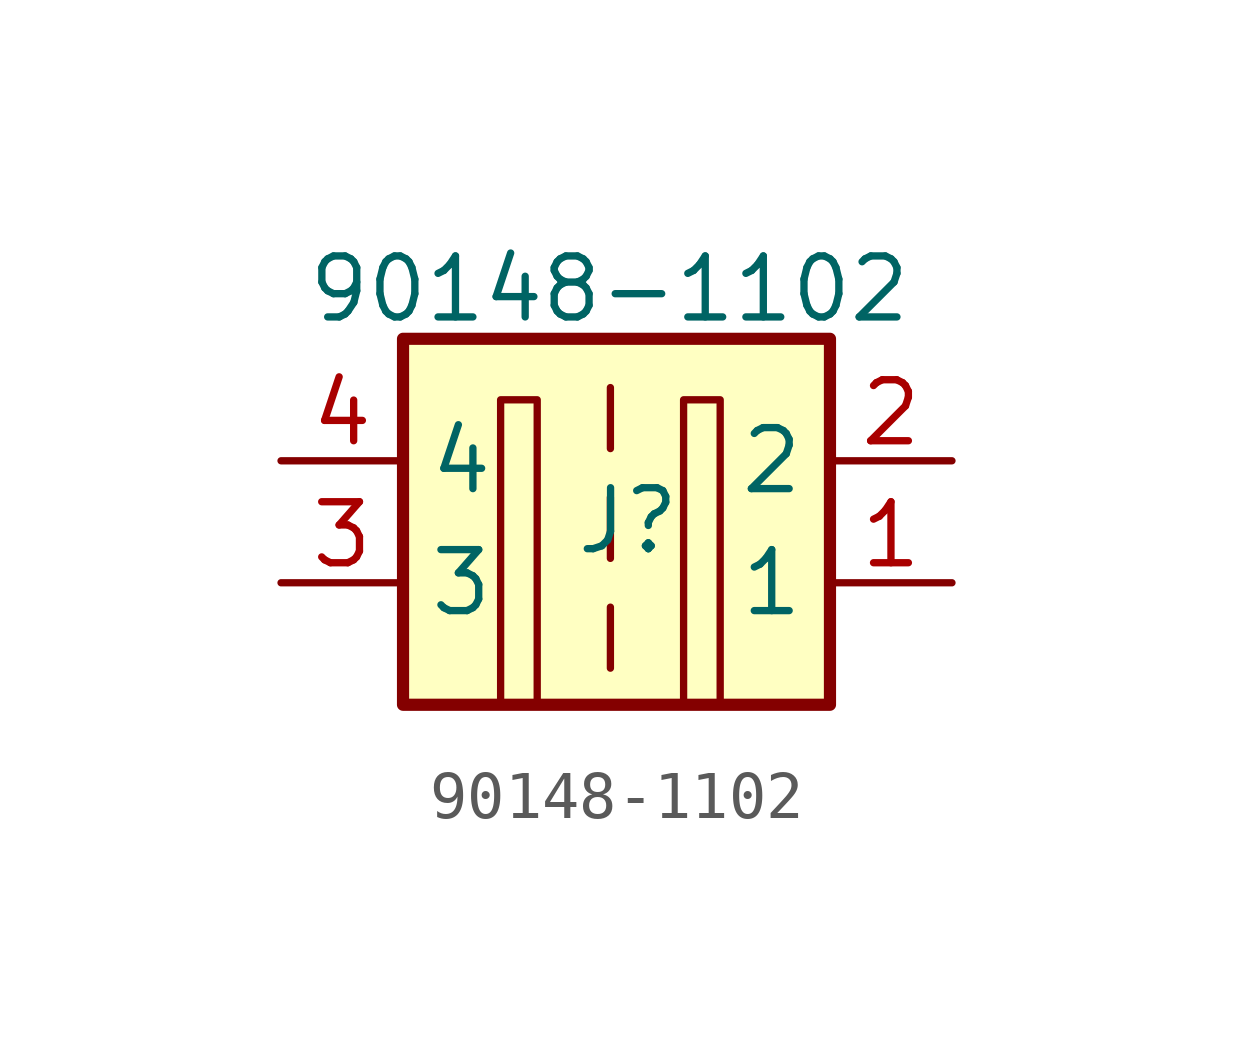
<source format=kicad_sym>
(kicad_symbol_lib
  (version 20220914)
  (generator kicad_symbol_editor)
  (symbol "90148-1102"
    (property "Reference" "J"
      (at 8.636 -0.508 0)
      (effects (font (size 1.27 1.27)) (justify left top)))
    (property "Value" "90148-1102"
      (at 3.048 4.318 0)
      (effects (font (size 1.27 1.27)) (justify left top)))
    (symbol "90148-1102_0_1"
      (polyline (pts (xy 9.398 -4.318) (xy 9.398 -3.048)) (stroke (width 0) (type default)) (fill (type none)))
      (polyline (pts (xy 9.398 -2.032) (xy 9.398 -0.762)) (stroke (width 0) (type default)) (fill (type none)))
      (polyline (pts (xy 9.398 0.254) (xy 9.398 1.524)) (stroke (width 0) (type default)) (fill (type none)))
      (polyline (pts (xy 7.112 -5.08) (xy 7.112 1.27) (xy 7.874 1.27) (xy 7.874 -5.08)) (stroke (width 0) (type default)) (fill (type none)))
      (polyline (pts (xy 11.684 -5.08) (xy 11.684 1.27) (xy 10.922 1.27) (xy 10.922 -5.08)) (stroke (width 0) (type default)) (fill (type none))))
    (symbol "90148-1102_1_1"
      (rectangle (start 5.08 2.54) (end 13.97 -5.08) (stroke (width 0.254) (type default)) (fill (type background)))
      (pin passive line (at 16.51 -2.54 180) (length 2.54) (name "1" (effects (font (size 1.27 1.27)))) (number "1" (effects (font (size 1.27 1.27)))))
      (pin passive line (at 16.51 0 180) (length 2.54) (name "2" (effects (font (size 1.27 1.27)))) (number "2" (effects (font (size 1.27 1.27)))))
      (pin passive line (at 2.54 -2.54 0) (length 2.54) (name "3" (effects (font (size 1.27 1.27)))) (number "3" (effects (font (size 1.27 1.27)))))
      (pin passive line (at 2.54 0 0) (length 2.54) (name "4" (effects (font (size 1.27 1.27)))) (number "4" (effects (font (size 1.27 1.27))))))))
</source>
